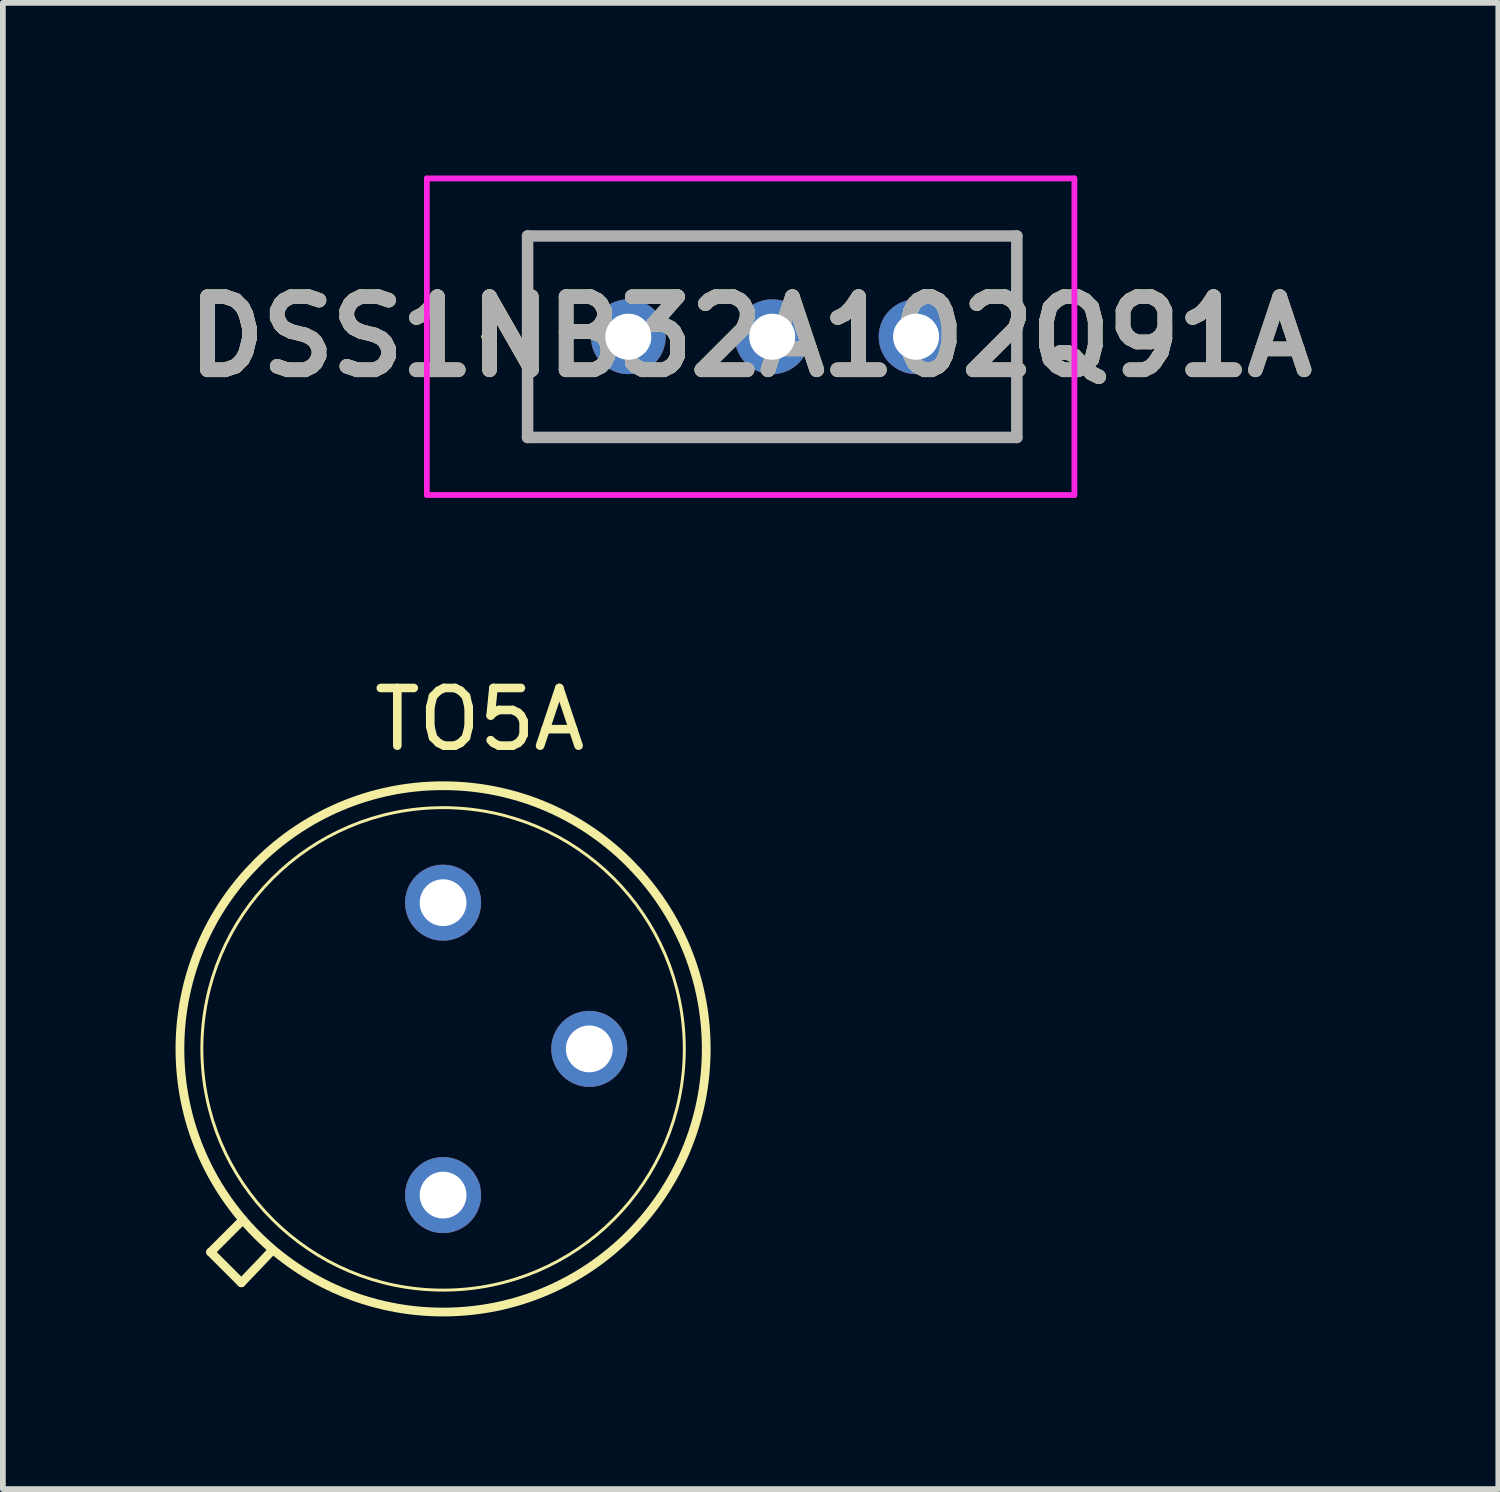
<source format=kicad_pcb>
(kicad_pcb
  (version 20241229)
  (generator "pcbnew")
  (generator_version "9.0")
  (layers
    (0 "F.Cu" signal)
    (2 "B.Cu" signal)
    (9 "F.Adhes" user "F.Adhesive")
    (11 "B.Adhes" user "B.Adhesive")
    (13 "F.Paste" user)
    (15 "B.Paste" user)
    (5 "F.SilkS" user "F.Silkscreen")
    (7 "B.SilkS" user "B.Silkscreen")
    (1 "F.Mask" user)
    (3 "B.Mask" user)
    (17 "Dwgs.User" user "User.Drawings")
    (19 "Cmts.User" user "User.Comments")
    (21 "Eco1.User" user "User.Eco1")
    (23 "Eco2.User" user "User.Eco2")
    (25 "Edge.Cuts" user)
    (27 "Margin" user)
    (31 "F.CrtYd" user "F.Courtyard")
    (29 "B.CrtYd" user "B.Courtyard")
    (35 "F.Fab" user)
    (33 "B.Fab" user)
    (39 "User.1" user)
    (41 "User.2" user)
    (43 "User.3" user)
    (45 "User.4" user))
  (footprint "DSS1NB32A102Q91A"
    (layer "F.Cu")
    (at 7.866 2.8)
    (property "Reference" "DSS1NB32A102Q91A" (at 2.125 0 0) (layer "F.SilkS") (effects (font (size 1.27 1.27) (thickness 0.254))))
    (attr through_hole)
    (fp_line (start -2.5 0) (end -2.5 0) (stroke (width 0.1) (type solid)) (layer "F.SilkS"))
    (fp_line (start -2.4 0) (end -2.4 0) (stroke (width 0.1) (type solid)) (layer "F.SilkS"))
    (fp_line (start -1.75 -1.75) (end 6.75 -1.75) (stroke (width 0.1) (type solid)) (layer "F.SilkS"))
    (fp_line (start -1.75 1.75) (end -1.75 -1.75) (stroke (width 0.1) (type solid)) (layer "F.SilkS"))
    (fp_line (start 6.75 -1.75) (end 6.75 1.75) (stroke (width 0.1) (type solid)) (layer "F.SilkS"))
    (fp_line (start 6.75 1.75) (end -1.75 1.75) (stroke (width 0.1) (type solid)) (layer "F.SilkS"))
    (fp_arc (start -2.5 0) (mid -2.45 -0.05) (end -2.4 0) (stroke (width 0.1) (type solid)) (layer "F.SilkS"))
    (fp_arc (start -2.4 0) (mid -2.45 0.05) (end -2.5 0) (stroke (width 0.1) (type solid)) (layer "F.SilkS"))
    (fp_line (start -3.5 -2.75) (end 7.75 -2.75) (stroke (width 0.1) (type solid)) (layer "F.CrtYd"))
    (fp_line (start -3.5 2.75) (end -3.5 -2.75) (stroke (width 0.1) (type solid)) (layer "F.CrtYd"))
    (fp_line (start 7.75 -2.75) (end 7.75 2.75) (stroke (width 0.1) (type solid)) (layer "F.CrtYd"))
    (fp_line (start 7.75 2.75) (end -3.5 2.75) (stroke (width 0.1) (type solid)) (layer "F.CrtYd"))
    (fp_line (start -1.75 -1.75) (end 6.75 -1.75) (stroke (width 0.2) (type solid)) (layer "F.Fab"))
    (fp_line (start -1.75 1.75) (end -1.75 -1.75) (stroke (width 0.2) (type solid)) (layer "F.Fab"))
    (fp_line (start 6.75 -1.75) (end 6.75 1.75) (stroke (width 0.2) (type solid)) (layer "F.Fab"))
    (fp_line (start 6.75 1.75) (end -1.75 1.75) (stroke (width 0.2) (type solid)) (layer "F.Fab"))
    (fp_text user "${REFERENCE}" (at 2.125 0 0) (layer "F.Fab") (effects (font (size 1.27 1.27) (thickness 0.254))))
    (pad "1" thru_hole circle (at 0 0) (size 1.3 1.3) (drill 0.8) (layers "*.Cu" "*.Mask"))
    (pad "2" thru_hole circle (at 2.5 0) (size 1.3 1.3) (drill 0.8) (layers "*.Cu" "*.Mask"))
    (pad "3" thru_hole circle (at 5 0) (size 1.3 1.3) (drill 0.8) (layers "*.Cu" "*.Mask")))
  (footprint "TO5A"
    (layer "F.Cu")
    (at 4.648 15.173)
    (property "Reference" "TO5A" (at 0.636 -5.724 0) (layer "F.SilkS") (effects (font (size 1.002 1.002) (thickness 0.15))))
    (attr through_hole)
    (fp_line (start -4.039 3.531) (end -3.48 2.972) (stroke (width 0.152) (type solid)) (layer "F.SilkS"))
    (fp_line (start -3.505 4.064) (end -4.039 3.531) (stroke (width 0.152) (type solid)) (layer "F.SilkS"))
    (fp_line (start -2.972 3.505) (end -3.505 4.064) (stroke (width 0.152) (type solid)) (layer "F.SilkS"))
    (fp_circle (center 0 0) (end 4.191 0) (stroke (width 0.051) (type solid)) (fill no) (layer "F.SilkS"))
    (fp_circle (center 0 0) (end 4.572 0) (stroke (width 0.152) (type solid)) (fill no) (layer "F.SilkS"))
    (pad "B" thru_hole circle (at 2.54 0) (size 1.321 1.321) (drill 0.813) (layers "*.Cu" "*.Mask"))
    (pad "C" thru_hole circle (at 0 -2.54) (size 1.321 1.321) (drill 0.813) (layers "*.Cu" "*.Mask"))
    (pad "E" thru_hole circle (at 0 2.54) (size 1.321 1.321) (drill 0.813) (layers "*.Cu" "*.Mask")))
  (gr_rect
    (start -3 -3)
    (end 22.981 22.821)
    (stroke (width 0.1) (type default))
    (fill no)
    (layer "Edge.Cuts")))
</source>
